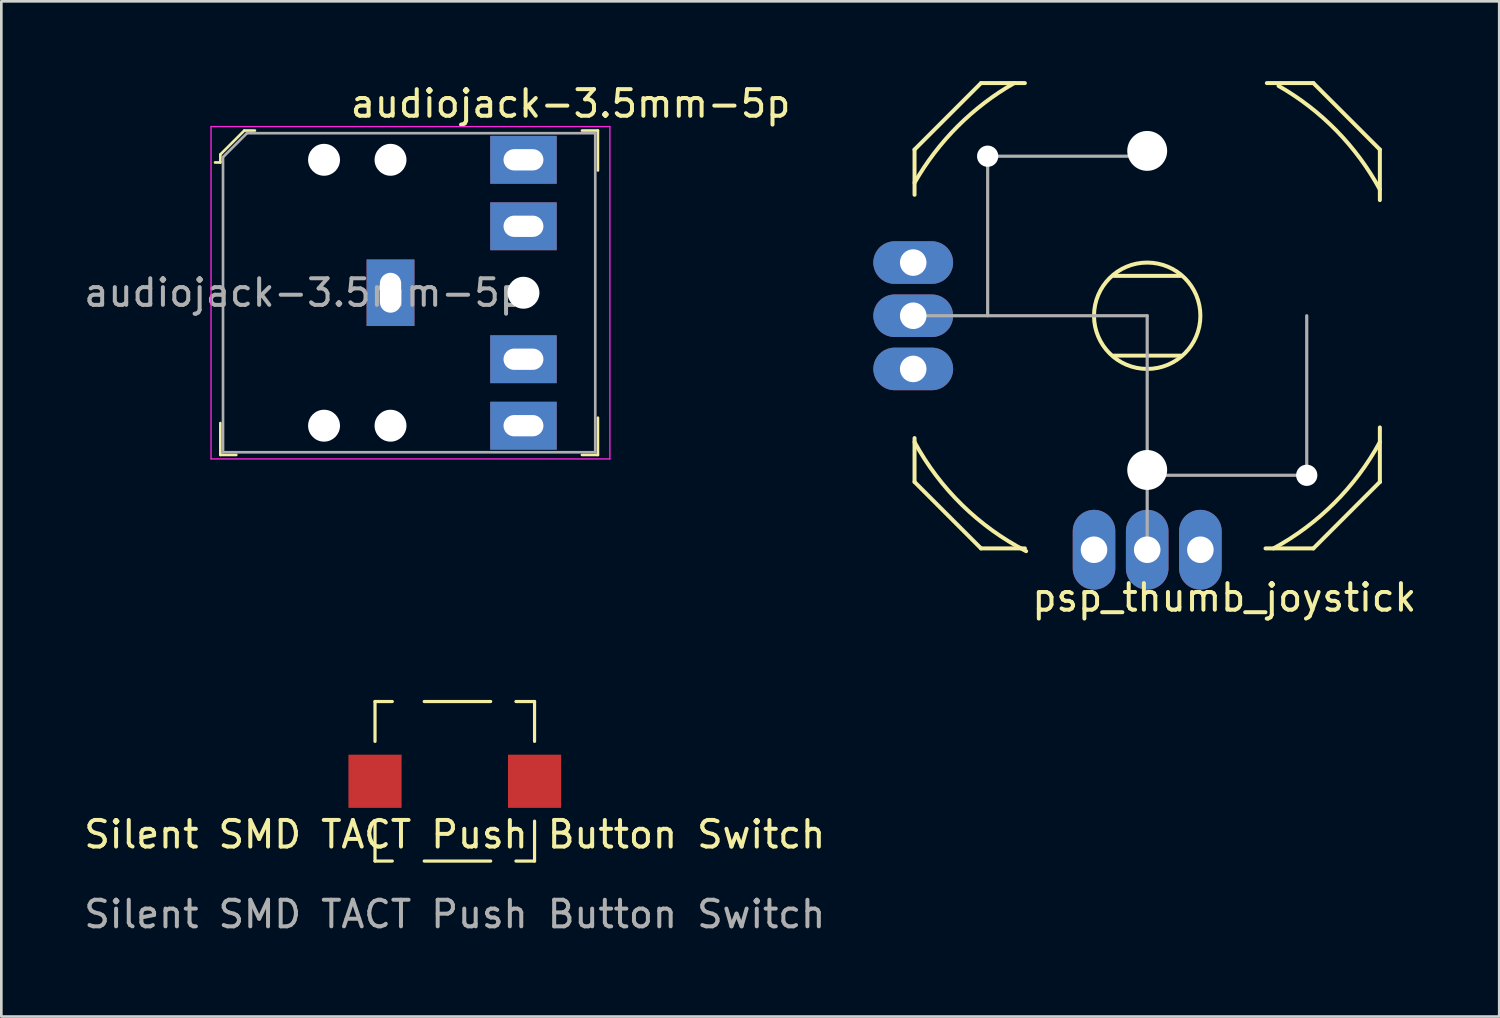
<source format=kicad_pcb>
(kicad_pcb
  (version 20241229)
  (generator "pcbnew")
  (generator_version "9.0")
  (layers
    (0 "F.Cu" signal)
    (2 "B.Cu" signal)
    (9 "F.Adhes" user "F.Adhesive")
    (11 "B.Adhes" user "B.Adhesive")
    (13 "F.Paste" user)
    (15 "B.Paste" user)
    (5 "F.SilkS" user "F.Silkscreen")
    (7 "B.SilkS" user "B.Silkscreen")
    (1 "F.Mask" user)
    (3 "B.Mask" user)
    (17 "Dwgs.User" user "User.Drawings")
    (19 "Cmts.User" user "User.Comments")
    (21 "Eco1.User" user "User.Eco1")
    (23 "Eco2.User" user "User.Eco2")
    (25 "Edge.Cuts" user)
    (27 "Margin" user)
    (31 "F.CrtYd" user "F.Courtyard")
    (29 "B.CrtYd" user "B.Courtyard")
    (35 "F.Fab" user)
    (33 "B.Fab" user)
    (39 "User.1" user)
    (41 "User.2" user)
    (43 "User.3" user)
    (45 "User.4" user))
  (footprint "Silent SMD TACT Push Button Switch"
    (layer "F.Cu")
    (at 14.054 26.333)
    (property "Reference" "Silent SMD TACT Push Button Switch" (at 0 2 0) (unlocked yes) (layer "F.SilkS") (effects (font (size 1 1) (thickness 0.15))))
    (attr smd)
    (fp_line (start -3 -3) (end -3 -1.5) (stroke (width 0.12) (type solid)) (layer "F.SilkS"))
    (fp_line (start -3 -3) (end -2.35 -3) (stroke (width 0.12) (type solid)) (layer "F.SilkS"))
    (fp_line (start -3 3) (end -3 1.5) (stroke (width 0.12) (type solid)) (layer "F.SilkS"))
    (fp_line (start -2.35 3) (end -3 3) (stroke (width 0.12) (type solid)) (layer "F.SilkS"))
    (fp_line (start -1.15 -3) (end 1.35 -3) (stroke (width 0.12) (type solid)) (layer "F.SilkS"))
    (fp_line (start 1.35 3) (end -1.15 3) (stroke (width 0.12) (type solid)) (layer "F.SilkS"))
    (fp_line (start 2.3 -3) (end 3 -3) (stroke (width 0.12) (type solid)) (layer "F.SilkS"))
    (fp_line (start 3 -3) (end 3 -1.5) (stroke (width 0.12) (type solid)) (layer "F.SilkS"))
    (fp_line (start 3 3) (end 2.3 3) (stroke (width 0.12) (type solid)) (layer "F.SilkS"))
    (fp_line (start 3 3) (end 3 1.5) (stroke (width 0.12) (type solid)) (layer "F.SilkS"))
    (fp_text user "${REFERENCE}" (at 0 5 0) (unlocked yes) (layer "F.Fab") (effects (font (size 1 1) (thickness 0.15))))
    (pad "1" smd rect (at -3 0) (size 2 2) (layers "F.Cu" "F.Mask" "F.Paste"))
    (pad "2" smd rect (at 3 0) (size 2 2) (layers "F.Cu" "F.Mask" "F.Paste")))
  (footprint "audiojack-3.5mm-5p"
    (layer "F.Cu")
    (at 16.637 7.96)
    (property "Reference" "audiojack-3.5mm-5p" (at 1.771 -7.112 0) (layer "F.SilkS") (effects (font (size 1 1) (thickness 0.15))))
    (attr through_hole)
    (fp_line (start -11.4 -5.2) (end -11.4 -4.9) (stroke (width 0.1) (type solid)) (layer "F.SilkS"))
    (fp_line (start -11.4 -4.9) (end -11.6 -4.9) (stroke (width 0.1) (type solid)) (layer "F.SilkS"))
    (fp_line (start -11.4 6.1) (end -11.4 4.9) (stroke (width 0.1) (type solid)) (layer "F.SilkS"))
    (fp_line (start -10.8 6.1) (end -11.4 6.1) (stroke (width 0.1) (type solid)) (layer "F.SilkS"))
    (fp_line (start -10.5 -6.1) (end -11.4 -5.2) (stroke (width 0.1) (type solid)) (layer "F.SilkS"))
    (fp_line (start -10.1 -6.1) (end -10.5 -6.1) (stroke (width 0.1) (type solid)) (layer "F.SilkS"))
    (fp_line (start 2.2 -6.1) (end 2.8 -6.1) (stroke (width 0.1) (type solid)) (layer "F.SilkS"))
    (fp_line (start 2.2 6.1) (end 2.8 6.1) (stroke (width 0.1) (type solid)) (layer "F.SilkS"))
    (fp_line (start 2.8 -6.1) (end 2.8 -4.6) (stroke (width 0.1) (type solid)) (layer "F.SilkS"))
    (fp_line (start 2.8 6.1) (end 2.8 4.7) (stroke (width 0.1) (type solid)) (layer "F.SilkS"))
    (fp_line (start -11.75 -6.25) (end -11.75 6.25) (stroke (width 0.05) (type solid)) (layer "F.CrtYd"))
    (fp_line (start -11.75 -6.25) (end 3.25 -6.25) (stroke (width 0.05) (type solid)) (layer "F.CrtYd"))
    (fp_line (start -11.75 6.25) (end 3.25 6.25) (stroke (width 0.05) (type solid)) (layer "F.CrtYd"))
    (fp_line (start 3.25 -6.25) (end 3.25 6.25) (stroke (width 0.05) (type solid)) (layer "F.CrtYd"))
    (fp_line (start -11.3 -5.1) (end -11.3 6) (stroke (width 0.1) (type solid)) (layer "F.Fab"))
    (fp_line (start -11.3 -5.1) (end -10.4 -6) (stroke (width 0.1) (type solid)) (layer "F.Fab"))
    (fp_line (start -11.3 6) (end 2.7 6) (stroke (width 0.1) (type solid)) (layer "F.Fab"))
    (fp_line (start -10.4 -6) (end 2.7 -6) (stroke (width 0.1) (type solid)) (layer "F.Fab"))
    (fp_line (start 2.7 -6) (end 2.7 6) (stroke (width 0.1) (type solid)) (layer "F.Fab"))
    (fp_text user "${REFERENCE}" (at -8.25 0 0) (layer "F.Fab") (effects (font (size 1 1) (thickness 0.15))))
    (pad "" np_thru_hole circle (at -7.5 -5) (size 1.2 1.2) (drill 1.2) (layers "*.Cu" "*.Mask"))
    (pad "" np_thru_hole circle (at -7.5 5) (size 1.2 1.2) (drill 1.2) (layers "*.Cu" "*.Mask"))
    (pad "" np_thru_hole circle (at -5 -5) (size 1.2 1.2) (drill 1.2) (layers "*.Cu" "*.Mask"))
    (pad "" np_thru_hole circle (at -5 5) (size 1.2 1.2) (drill 1.2) (layers "*.Cu" "*.Mask"))
    (pad "" np_thru_hole circle (at 0 0) (size 1.2 1.2) (drill 1.2) (layers "*.Cu" "*.Mask"))
    (pad "R" thru_hole rect (at 0 -5) (size 2.5 1.8) (drill oval 1.5 0.8) (layers "*.Cu" "*.Mask"))
    (pad "RN" thru_hole rect (at 0 -2.5) (size 2.5 1.8) (drill oval 1.5 0.8) (layers "*.Cu" "*.Mask"))
    (pad "S" thru_hole rect (at -5 0) (size 1.8 2.5) (drill oval 0.8 1.5) (layers "*.Cu" "*.Mask"))
    (pad "T" thru_hole rect (at 0 5) (size 2.5 1.8) (drill oval 1.5 0.8) (layers "*.Cu" "*.Mask"))
    (pad "TN" thru_hole rect (at 0 2.5) (size 2.5 1.8) (drill oval 1.5 0.8) (layers "*.Cu" "*.Mask")))
  (footprint "psp_thumb_joystick"
    (layer "F.Cu")
    (at 40.095 8.825)
    (property "Reference" "psp_thumb_joystick" (at 2.9 10.6 0) (layer "F.SilkS") (effects (font (size 1 1) (thickness 0.15))))
    (attr through_hole)
    (fp_line (start -8.75 -6.25) (end -6.25 -8.75) (stroke (width 0.15) (type solid)) (layer "F.SilkS"))
    (fp_line (start -8.75 -4.55) (end -8.75 -6.25) (stroke (width 0.15) (type solid)) (layer "F.SilkS"))
    (fp_line (start -8.75 6.25) (end -8.75 4.6) (stroke (width 0.15) (type solid)) (layer "F.SilkS"))
    (fp_line (start -6.25 -8.75) (end -4.6 -8.75) (stroke (width 0.15) (type solid)) (layer "F.SilkS"))
    (fp_line (start -6.25 8.75) (end -8.75 6.25) (stroke (width 0.15) (type solid)) (layer "F.SilkS"))
    (fp_line (start -4.6 8.75) (end -6.25 8.75) (stroke (width 0.15) (type solid)) (layer "F.SilkS"))
    (fp_line (start -1.25 -1.5) (end 1.25 -1.5) (stroke (width 0.15) (type solid)) (layer "F.SilkS"))
    (fp_line (start 1.25 1.5) (end -1.25 1.5) (stroke (width 0.15) (type solid)) (layer "F.SilkS"))
    (fp_line (start 4.5 -8.75) (end 6.25 -8.75) (stroke (width 0.15) (type solid)) (layer "F.SilkS"))
    (fp_line (start 6.25 -8.75) (end 8.75 -6.25) (stroke (width 0.15) (type solid)) (layer "F.SilkS"))
    (fp_line (start 6.25 8.75) (end 4.45 8.75) (stroke (width 0.15) (type solid)) (layer "F.SilkS"))
    (fp_line (start 8.75 -6.25) (end 8.75 -4.35) (stroke (width 0.15) (type solid)) (layer "F.SilkS"))
    (fp_line (start 8.75 4.2) (end 8.75 6.25) (stroke (width 0.15) (type solid)) (layer "F.SilkS"))
    (fp_line (start 8.75 6.25) (end 6.25 8.75) (stroke (width 0.15) (type solid)) (layer "F.SilkS"))
    (fp_line (start 8.75 6.25) (end 8.75 6.25) (stroke (width 0.15) (type solid)) (layer "F.SilkS"))
    (fp_arc (start -8.75 -5) (mid -7.126096 -7.126096) (end -5 -8.75) (stroke (width 0.15) (type solid)) (layer "F.SilkS"))
    (fp_arc (start -4.553427 8.853886) (mid -6.961017 7.118232) (end -8.75 4.75) (stroke (width 0.15) (type solid)) (layer "F.SilkS"))
    (fp_arc (start 4.939636 -8.644362) (mid 7.116393 -6.962898) (end 8.75 -4.75) (stroke (width 0.15) (type solid)) (layer "F.SilkS"))
    (fp_arc (start 8.75 4.75) (mid 7.040064 7.040064) (end 4.75 8.75) (stroke (width 0.15) (type solid)) (layer "F.SilkS"))
    (fp_circle (center 0 0) (end 2 0) (stroke (width 0.15) (type solid)) (fill no) (layer "F.SilkS"))
    (fp_line (start -6 -6) (end 0 -6) (stroke (width 0.12) (type solid)) (layer "F.Fab"))
    (fp_line (start -6 0) (end -6 -6) (stroke (width 0.12) (type solid)) (layer "F.Fab"))
    (fp_line (start 0 0) (end -8.8 0) (stroke (width 0.12) (type solid)) (layer "F.Fab"))
    (fp_line (start 0 0) (end 0 8.8) (stroke (width 0.12) (type solid)) (layer "F.Fab"))
    (fp_line (start 6 0) (end 6 6) (stroke (width 0.12) (type solid)) (layer "F.Fab"))
    (fp_line (start 6 6) (end 0 6) (stroke (width 0.12) (type solid)) (layer "F.Fab"))
    (pad "" np_thru_hole circle (at -6 -6) (size 0.8 0.8) (drill 0.8) (layers "*.Cu" "*.Mask"))
    (pad "" np_thru_hole circle (at 0 -6.2) (size 1.5 1.5) (drill 1.5) (layers "*.Cu" "*.Mask"))
    (pad "" np_thru_hole circle (at 0 5.8) (size 1.5 1.5) (drill 1.5) (layers "*.Cu" "*.Mask"))
    (pad "" np_thru_hole circle (at 6 6) (size 0.8 0.8) (drill 0.8) (layers "*.Cu" "*.Mask"))
    (pad "1" thru_hole oval (at -8.8 -2) (size 3 1.6) (drill 1) (layers "*.Cu" "*.Mask"))
    (pad "2" thru_hole oval (at -8.8 0) (size 3 1.6) (drill 1) (layers "*.Cu" "*.Mask"))
    (pad "3" thru_hole oval (at -8.8 2) (size 3 1.6) (drill 1) (layers "*.Cu" "*.Mask"))
    (pad "4" thru_hole oval (at -2 8.8 90) (size 3 1.6) (drill 1) (layers "*.Cu" "*.Mask"))
    (pad "5" thru_hole oval (at 0 8.8 90) (size 3 1.6) (drill 1) (layers "*.Cu" "*.Mask"))
    (pad "6" thru_hole oval (at 2 8.8 90) (size 3 1.6) (drill 1) (layers "*.Cu" "*.Mask")))
  (gr_rect
    (start -3 -3)
    (end 53.334 35.181)
    (stroke (width 0.1) (type default))
    (fill no)
    (layer "Edge.Cuts")))
</source>
